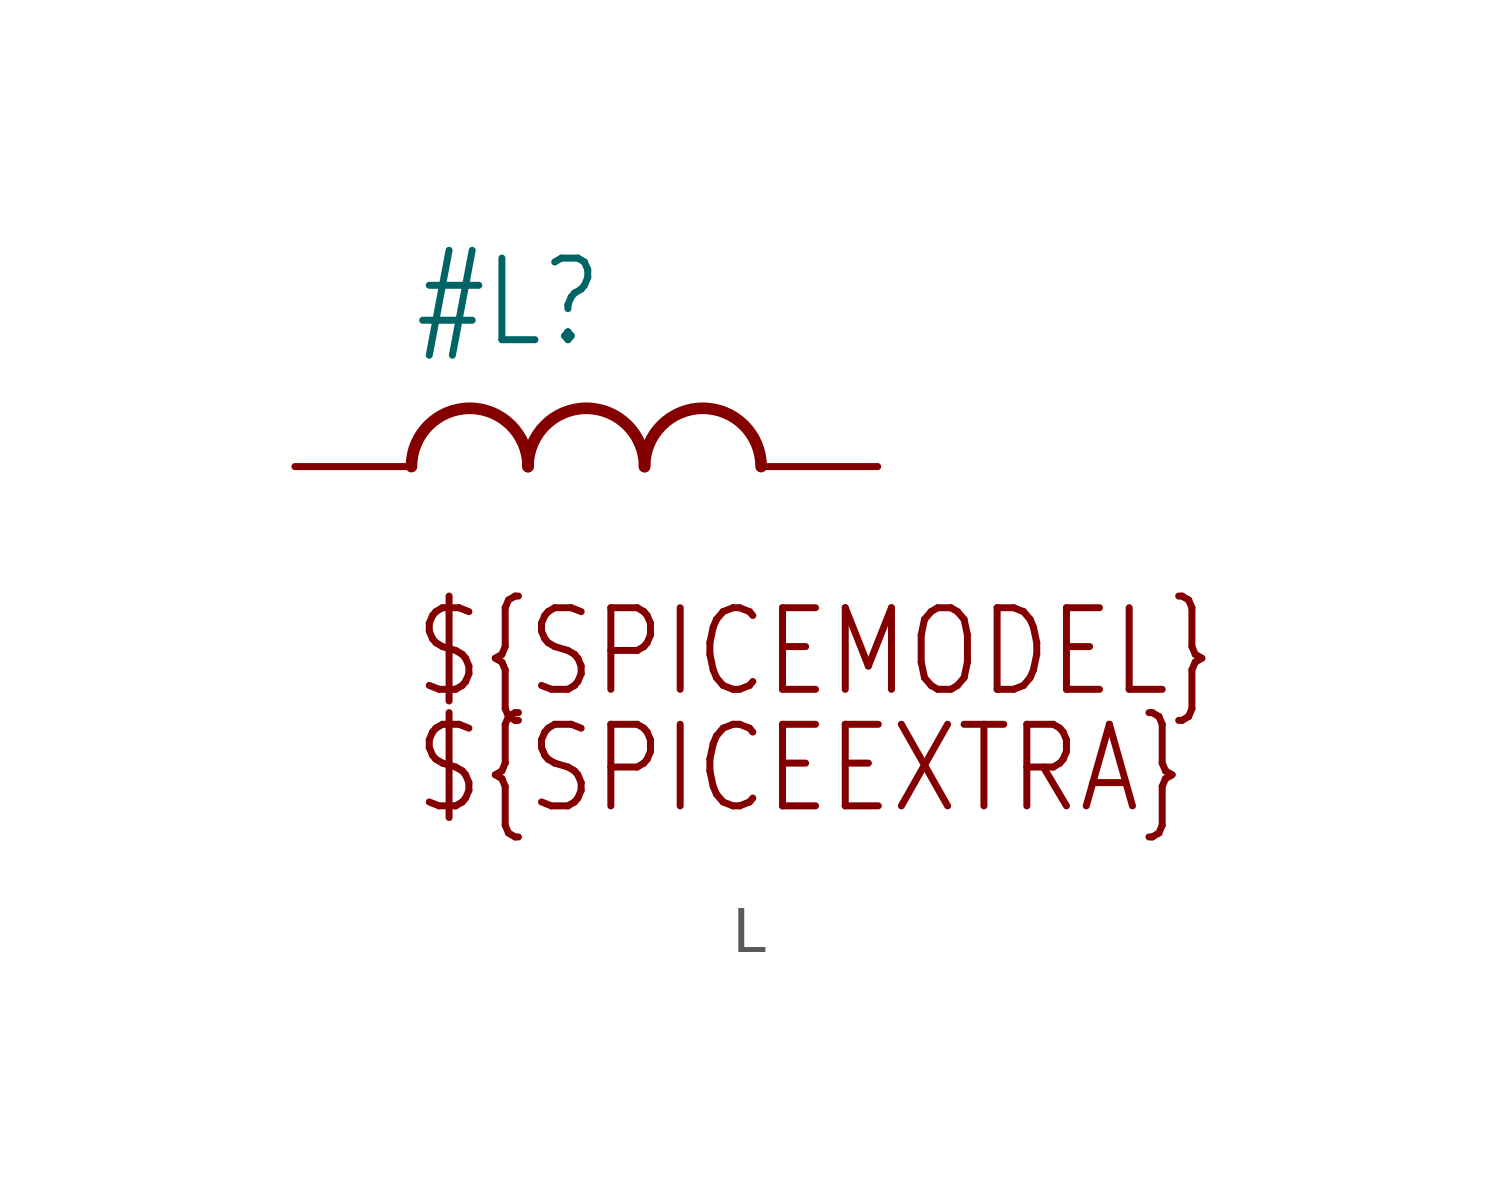
<source format=kicad_sym>
(kicad_symbol_lib
  (version 20231120)
  (generator "kicad_symbol_editor")
  (generator_version "8.0")
  (symbol "L"
    (property "Reference" "#L"
      (at -2.54 2.54 0)
      (effects (font (size 1.778 1.511)) (justify left bottom)))
    (property "Value" ""
      (at -2.54 -2.54 0)
      (effects (font (size 1.778 1.511)) (justify left bottom)))
    (property "ki_locked" ""
      (at 0 0 0)
      (effects (font (size 1.27 1.27))))
    (symbol "L_1_0"
      (arc (start 0 0) (mid -1.27 1.27) (end -2.54 0) (stroke (width 0.254) (type solid)) (fill (type none)))
      (arc (start 2.54 0) (mid 1.27 1.27) (end 0 0) (stroke (width 0.254) (type solid)) (fill (type none)))
      (arc (start 5.08 0) (mid 3.81 1.27) (end 2.54 0) (stroke (width 0.254) (type solid)) (fill (type none)))
      (text "${SPICEEXTRA}" (at -2.54 -7.62 0) (effects (font (size 1.778 1.511)) (justify left bottom)))
      (text "${SPICEMODEL}" (at -2.54 -5.08 0) (effects (font (size 1.778 1.511)) (justify left bottom)))
      (pin passive line (at -5.08 0 0) (length 2.54) (name "1" (effects (font (size 0 0)))) (number "1" (effects (font (size 0 0)))))
      (pin passive line (at 7.62 0 180) (length 2.54) (name "2" (effects (font (size 0 0)))) (number "2" (effects (font (size 0 0))))))))
</source>
